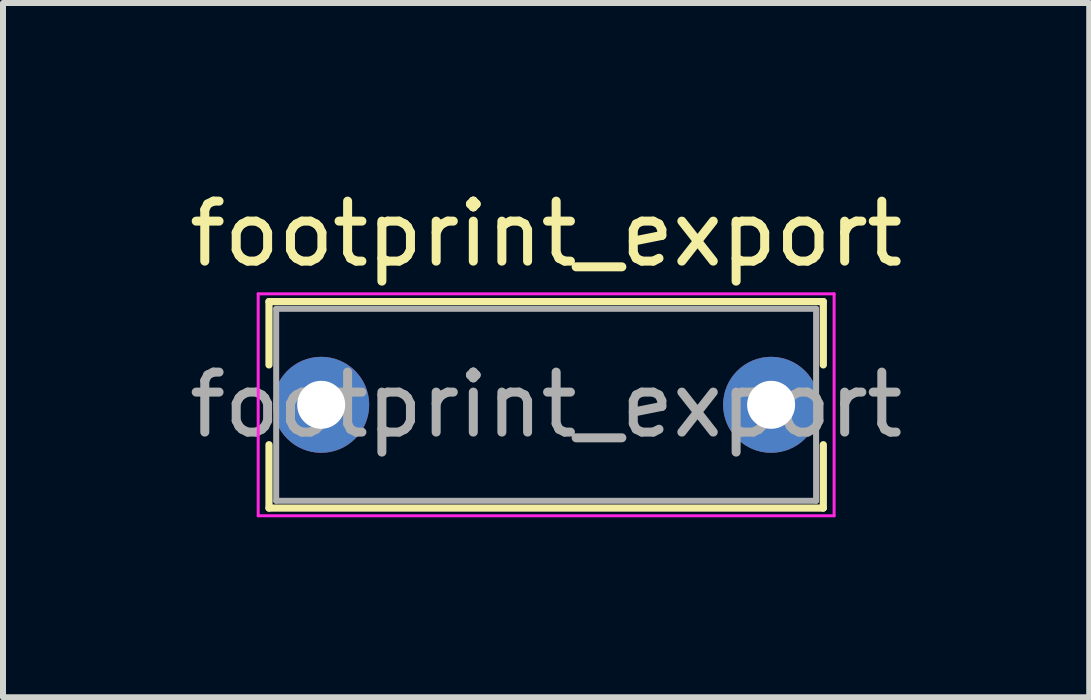
<source format=kicad_pcb>
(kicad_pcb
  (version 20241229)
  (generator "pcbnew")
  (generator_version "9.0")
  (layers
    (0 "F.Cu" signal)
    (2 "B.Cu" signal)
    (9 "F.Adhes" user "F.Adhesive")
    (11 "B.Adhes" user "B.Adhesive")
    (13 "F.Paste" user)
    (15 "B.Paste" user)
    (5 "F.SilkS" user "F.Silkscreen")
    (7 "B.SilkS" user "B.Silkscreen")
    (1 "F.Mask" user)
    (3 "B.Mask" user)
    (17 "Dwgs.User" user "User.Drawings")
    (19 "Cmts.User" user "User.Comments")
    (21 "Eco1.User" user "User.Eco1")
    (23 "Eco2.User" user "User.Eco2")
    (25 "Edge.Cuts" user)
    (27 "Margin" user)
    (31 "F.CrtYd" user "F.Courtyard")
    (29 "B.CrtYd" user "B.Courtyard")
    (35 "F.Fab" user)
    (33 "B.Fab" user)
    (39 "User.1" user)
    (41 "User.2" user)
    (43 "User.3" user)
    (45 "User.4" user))
  (footprint "footprint_export"
    (layer "F.Cu")
    (at 2.304 3.698)
    (property "Reference" "footprint_export" (at 3.75 -2.85 0) (layer "F.SilkS") (effects (font (size 1 1) (thickness 0.15))))
    (attr through_hole)
    (fp_line (start -0.87 -1.721) (end -0.87 -0.665) (stroke (width 0.12) (type solid)) (layer "F.SilkS"))
    (fp_line (start -0.87 -1.721) (end 8.37 -1.721) (stroke (width 0.12) (type solid)) (layer "F.SilkS"))
    (fp_line (start -0.87 0.665) (end -0.87 1.721) (stroke (width 0.12) (type solid)) (layer "F.SilkS"))
    (fp_line (start -0.87 1.721) (end 8.37 1.721) (stroke (width 0.12) (type solid)) (layer "F.SilkS"))
    (fp_line (start 8.37 -1.721) (end 8.37 -0.665) (stroke (width 0.12) (type solid)) (layer "F.SilkS"))
    (fp_line (start 8.37 0.665) (end 8.37 1.721) (stroke (width 0.12) (type solid)) (layer "F.SilkS"))
    (fp_line (start -1.05 -1.85) (end -1.05 1.85) (stroke (width 0.05) (type solid)) (layer "F.CrtYd"))
    (fp_line (start -1.05 1.85) (end 8.55 1.85) (stroke (width 0.05) (type solid)) (layer "F.CrtYd"))
    (fp_line (start 8.55 -1.85) (end -1.05 -1.85) (stroke (width 0.05) (type solid)) (layer "F.CrtYd"))
    (fp_line (start 8.55 1.85) (end 8.55 -1.85) (stroke (width 0.05) (type solid)) (layer "F.CrtYd"))
    (fp_line (start -0.75 -1.6) (end -0.75 1.6) (stroke (width 0.1) (type solid)) (layer "F.Fab"))
    (fp_line (start -0.75 1.6) (end 8.25 1.6) (stroke (width 0.1) (type solid)) (layer "F.Fab"))
    (fp_line (start 8.25 -1.6) (end -0.75 -1.6) (stroke (width 0.1) (type solid)) (layer "F.Fab"))
    (fp_line (start 8.25 1.6) (end 8.25 -1.6) (stroke (width 0.1) (type solid)) (layer "F.Fab"))
    (fp_text user "${REFERENCE}" (at 3.75 0 0) (layer "F.Fab") (effects (font (size 1 1) (thickness 0.15))))
    (pad "1" thru_hole circle (at 0 0) (size 1.6 1.6) (drill 0.8) (layers "*.Cu" "*.Mask"))
    (pad "2" thru_hole circle (at 7.5 0) (size 1.6 1.6) (drill 0.8) (layers "*.Cu" "*.Mask")))
  (gr_rect
    (start -3 -3)
    (end 15.107 8.573)
    (stroke (width 0.1) (type default))
    (fill no)
    (layer "Edge.Cuts")))
</source>
